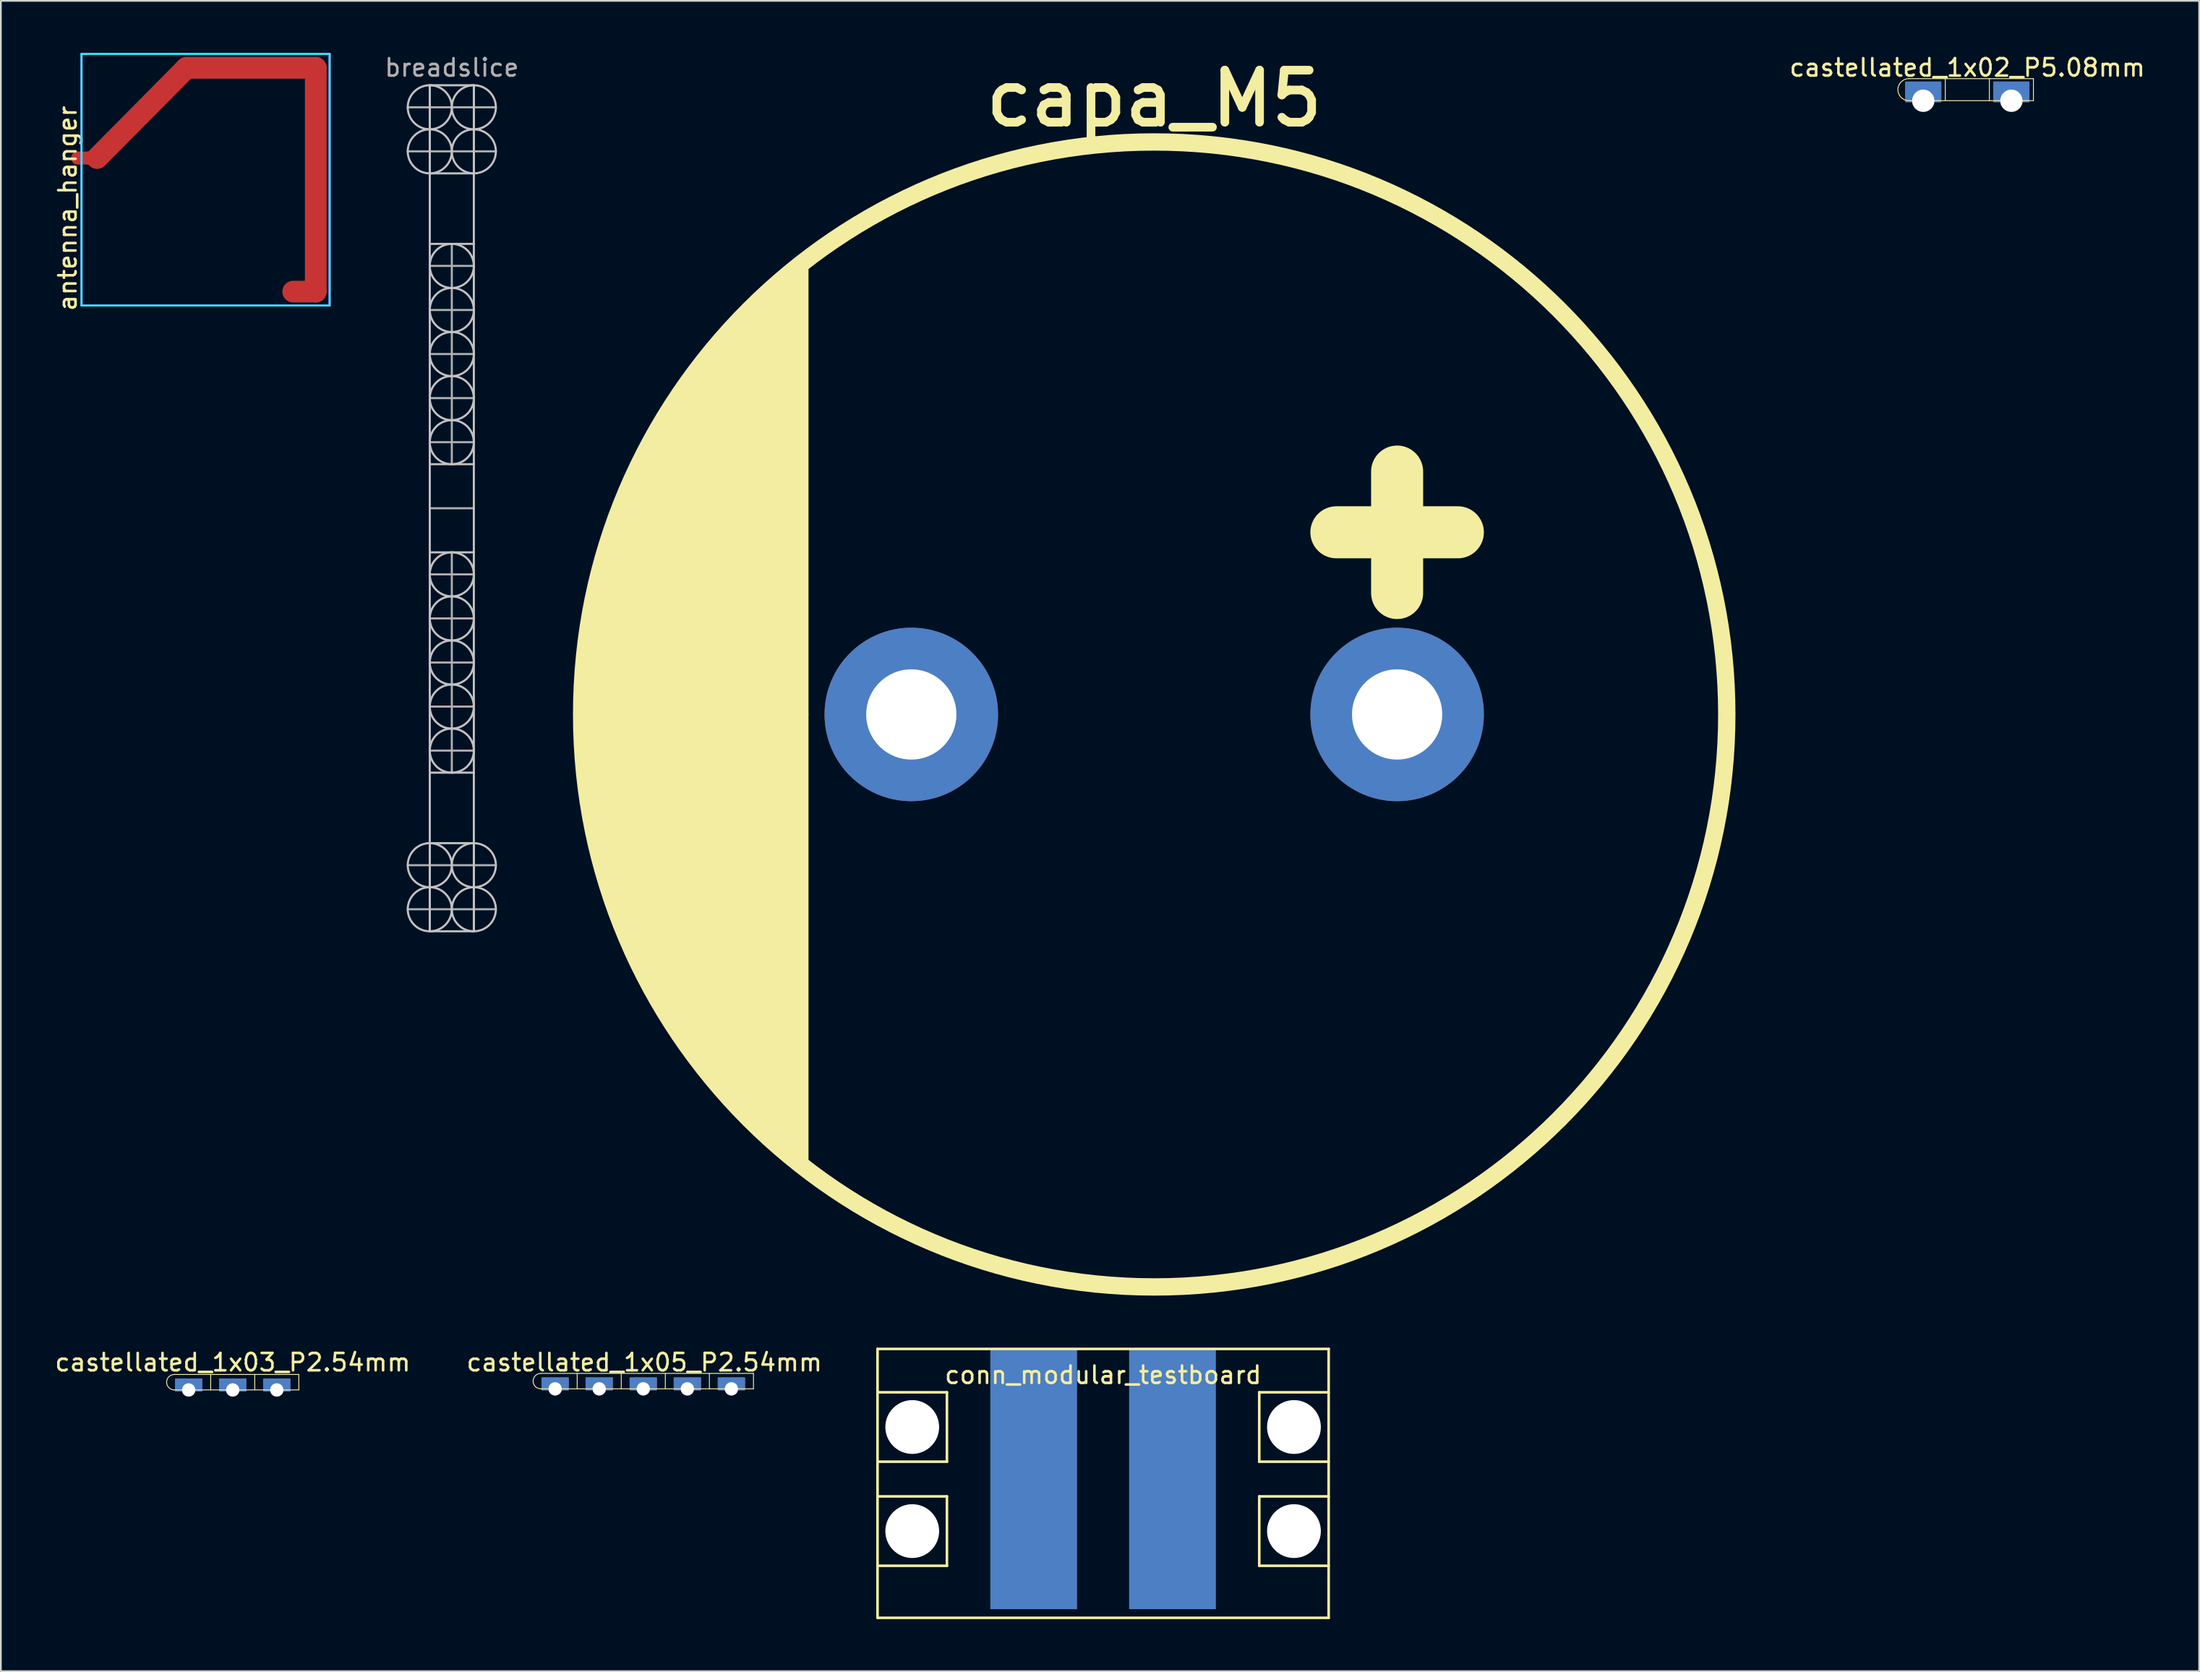
<source format=kicad_pcb>
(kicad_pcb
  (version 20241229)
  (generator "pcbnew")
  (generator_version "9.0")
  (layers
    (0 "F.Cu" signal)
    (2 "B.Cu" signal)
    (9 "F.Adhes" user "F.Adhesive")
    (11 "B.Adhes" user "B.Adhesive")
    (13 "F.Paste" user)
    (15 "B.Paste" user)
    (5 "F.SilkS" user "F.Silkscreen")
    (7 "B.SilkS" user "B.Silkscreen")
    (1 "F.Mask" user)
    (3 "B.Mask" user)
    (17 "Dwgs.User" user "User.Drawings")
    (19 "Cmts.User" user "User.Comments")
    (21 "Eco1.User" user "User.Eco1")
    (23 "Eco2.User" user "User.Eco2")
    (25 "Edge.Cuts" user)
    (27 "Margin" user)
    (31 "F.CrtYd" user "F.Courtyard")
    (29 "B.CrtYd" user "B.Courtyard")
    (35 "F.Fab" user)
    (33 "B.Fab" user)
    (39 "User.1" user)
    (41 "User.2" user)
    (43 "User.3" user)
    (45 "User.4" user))
  (footprint "antenna_hanger"
    (layer "F.Cu")
    (at 1.648 6.06)
    (property "Reference" "antenna_hanger" (at -0.8 2.9 90) (layer "F.SilkS") (effects (font (size 1 1) (thickness 0.15))))
    (attr through_hole)
    (fp_line (start 6.05 -5.2) (end 0.9 0) (stroke (width 1.25) (type solid)) (layer "F.Cu"))
    (fp_line (start 6.05 -5.2) (end 13.5 -5.2) (stroke (width 1.25) (type solid)) (layer "F.Cu"))
    (fp_line (start 13.5 -5.2) (end 13.5 7.7) (stroke (width 1.25) (type solid)) (layer "F.Cu"))
    (fp_line (start 13.5 7.7) (end 12.2 7.7) (stroke (width 1.25) (type solid)) (layer "F.Cu"))
    (fp_line (start 0 -6) (end 14.3 -6) (stroke (width 0.12) (type solid)) (layer "B.CrtYd"))
    (fp_line (start 0 8.5) (end 0 -6) (stroke (width 0.12) (type solid)) (layer "B.CrtYd"))
    (fp_line (start 14.3 -6) (end 14.3 8.5) (stroke (width 0.12) (type solid)) (layer "B.CrtYd"))
    (fp_line (start 14.3 8.5) (end 0 8.5) (stroke (width 0.12) (type solid)) (layer "B.CrtYd"))
    (fp_line (start 0 -6) (end 14.3 -6) (stroke (width 0.12) (type solid)) (layer "F.CrtYd"))
    (fp_line (start 0 8.5) (end 0 -6) (stroke (width 0.12) (type solid)) (layer "F.CrtYd"))
    (fp_line (start 14.3 -6) (end 14.3 8.5) (stroke (width 0.12) (type solid)) (layer "F.CrtYd"))
    (fp_line (start 14.3 8.5) (end 0 8.5) (stroke (width 0.12) (type solid)) (layer "F.CrtYd"))
    (pad "1" smd oval (at 0.1 0) (size 1.4 0.75) (layers "F.Cu")))
  (footprint "capa_M5"
    (layer "F.Cu")
    (at 63.473 38.133)
    (property "Reference" "capa_M5" (at 0 -35.5 0) (layer "F.SilkS") (effects (font (size 3 3) (thickness 0.5))))
    (attr through_hole)
    (fp_line (start 14 -7) (end 14 -14) (stroke (width 3) (type solid)) (layer "F.SilkS"))
    (fp_line (start 17.5 -10.5) (end 10.5 -10.5) (stroke (width 3) (type solid)) (layer "F.SilkS"))
    (fp_circle (center 0 0) (end 33 0) (stroke (width 1) (type solid)) (fill no) (layer "F.SilkS"))
    (fp_poly (pts (xy -20 0) (xy -20 -26) (xy -23.5 -23) (xy -26.5 -19.5) (xy -29 -15.5) (xy -31 -11) (xy -32 -7.5) (xy -32.5 -5) (xy -33 0)) (stroke (width 0.15) (type solid)) (fill yes) (layer "F.SilkS"))
    (fp_poly (pts (xy -20 0) (xy -20 26) (xy -23.5 23) (xy -26.5 19.5) (xy -29 15.5) (xy -31 11) (xy -32 7.5) (xy -32.5 5) (xy -33 0)) (stroke (width 0.15) (type solid)) (fill yes) (layer "F.SilkS"))
    (pad "1" thru_hole circle (at 14 0) (size 10 10) (drill 5.2) (layers "*.Cu" "*.Mask"))
    (pad "2" thru_hole circle (at -14 0) (size 10 10) (drill 5.2) (layers "*.Cu" "*.Mask")))
  (footprint "castellated_1x05_P2.54mm"
    (layer "F.Cu")
    (at 34.089 77.005)
    (property "Reference" "castellated_1x05_P2.54mm" (at 0 -1.524 0) (layer "F.SilkS") (effects (font (size 1 1) (thickness 0.15))))
    (attr through_hole)
    (fp_line (start -5.969 -0.889) (end 6.287 -0.889) (stroke (width 0.05) (type solid)) (layer "F.SilkS"))
    (fp_line (start -5.969 0) (end 6.287 0) (stroke (width 0.05) (type solid)) (layer "F.SilkS"))
    (fp_line (start -3.873 -0.889) (end -3.873 0) (stroke (width 0.05) (type solid)) (layer "F.SilkS"))
    (fp_line (start -1.333 -0.889) (end -1.333 0) (stroke (width 0.05) (type solid)) (layer "F.SilkS"))
    (fp_line (start 1.206 -0.889) (end 1.206 0) (stroke (width 0.05) (type solid)) (layer "F.SilkS"))
    (fp_line (start 3.747 -0.889) (end 3.747 0) (stroke (width 0.05) (type solid)) (layer "F.SilkS"))
    (fp_line (start 6.287 -0.889) (end 6.287 0) (stroke (width 0.05) (type solid)) (layer "F.SilkS"))
    (fp_arc (start -5.969 0) (mid -6.4135 -0.4445) (end -5.969 -0.889) (stroke (width 0.05) (type solid)) (layer "F.SilkS"))
    (pad "1" thru_hole custom (at -5.144 0) (size 0.78 0.78) (drill 0.762) (layers "*.Cu" "*.Mask") (options (anchor circle)) (primitives (gr_poly (pts (xy 0.762 -0.635) (xy -0.762 -0.635) (xy -0.762 0.064) (xy 0.762 0.064)) (width 0.05) (fill yes))))
    (pad "2" thru_hole custom (at -2.603 0) (size 0.78 0.78) (drill 0.762) (layers "*.Cu" "*.Mask") (options (anchor circle)) (primitives (gr_poly (pts (xy 0.762 -0.635) (xy -0.762 -0.635) (xy -0.762 0.064) (xy 0.762 0.064)) (width 0.05) (fill yes))))
    (pad "3" thru_hole custom (at -0.064 0) (size 0.78 0.78) (drill 0.762) (layers "*.Cu" "*.Mask") (options (anchor circle)) (primitives (gr_poly (pts (xy 0.762 -0.635) (xy -0.762 -0.635) (xy -0.762 0.064) (xy 0.762 0.064)) (width 0.05) (fill yes))))
    (pad "4" thru_hole custom (at 2.477 0) (size 0.78 0.78) (drill 0.762) (layers "*.Cu" "*.Mask") (options (anchor circle)) (primitives (gr_poly (pts (xy 0.762 -0.635) (xy -0.762 -0.635) (xy -0.762 0.064) (xy 0.762 0.064)) (width 0.05) (fill yes))))
    (pad "5" thru_hole custom (at 5.016 0) (size 0.78 0.78) (drill 0.762) (layers "*.Cu" "*.Mask") (options (anchor circle)) (primitives (gr_poly (pts (xy 0.762 -0.635) (xy -0.762 -0.635) (xy -0.762 0.064) (xy 0.762 0.064)) (width 0.05) (fill yes)))))
  (footprint "breadslice"
    (layer "F.Cu")
    (at 22.99 12.278)
    (property "Reference" "breadslice" (at 0 -11.43 0) (layer "F.Fab") (effects (font (size 1 1) (thickness 0.15))))
    (attr through_hole)
    (fp_line (start -1.27 -10.414) (end 1.27 -10.414) (stroke (width 0.12) (type solid)) (layer "Dwgs.User"))
    (fp_line (start -1.27 -5.334) (end 1.27 -5.334) (stroke (width 0.12) (type solid)) (layer "Dwgs.User"))
    (fp_line (start -1.27 -1.27) (end 1.27 -1.27) (stroke (width 0.12) (type solid)) (layer "Dwgs.User"))
    (fp_line (start -1.27 11.43) (end 1.27 11.43) (stroke (width 0.12) (type solid)) (layer "Dwgs.User"))
    (fp_line (start -1.27 16.51) (end 1.27 16.51) (stroke (width 0.12) (type solid)) (layer "Dwgs.User"))
    (fp_line (start -1.27 29.21) (end 1.27 29.21) (stroke (width 0.12) (type solid)) (layer "Dwgs.User"))
    (fp_line (start -1.27 38.354) (end -1.27 -10.414) (stroke (width 0.12) (type solid)) (layer "Dwgs.User"))
    (fp_line (start 1.27 -10.414) (end 1.27 38.354) (stroke (width 0.12) (type solid)) (layer "Dwgs.User"))
    (fp_line (start 1.27 33.274) (end -1.27 33.274) (stroke (width 0.12) (type solid)) (layer "Dwgs.User"))
    (fp_line (start 1.27 38.354) (end -1.27 38.354) (stroke (width 0.12) (type solid)) (layer "Dwgs.User"))
    (fp_circle (center -1.27 -9.144) (end 0 -9.144) (stroke (width 0.12) (type solid)) (fill no) (layer "Dwgs.User"))
    (fp_circle (center -1.27 -6.604) (end 0 -6.604) (stroke (width 0.12) (type solid)) (fill no) (layer "Dwgs.User"))
    (fp_circle (center -1.27 34.544) (end -2.54 34.544) (stroke (width 0.12) (type solid)) (fill no) (layer "Dwgs.User"))
    (fp_circle (center -1.27 37.084) (end -2.54 37.084) (stroke (width 0.12) (type solid)) (fill no) (layer "Dwgs.User"))
    (fp_circle (center 0 0) (end 0 -1.27) (stroke (width 0.12) (type solid)) (fill no) (layer "Dwgs.User"))
    (fp_circle (center 0 2.54) (end 0 1.27) (stroke (width 0.12) (type solid)) (fill no) (layer "Dwgs.User"))
    (fp_circle (center 0 5.08) (end 0 6.35) (stroke (width 0.12) (type solid)) (fill no) (layer "Dwgs.User"))
    (fp_circle (center 0 7.62) (end 0 8.89) (stroke (width 0.12) (type solid)) (fill no) (layer "Dwgs.User"))
    (fp_circle (center 0 10.16) (end 0 11.43) (stroke (width 0.12) (type solid)) (fill no) (layer "Dwgs.User"))
    (fp_circle (center 0 17.78) (end 0 16.51) (stroke (width 0.12) (type solid)) (fill no) (layer "Dwgs.User"))
    (fp_circle (center 0 20.32) (end 0 19.05) (stroke (width 0.12) (type solid)) (fill no) (layer "Dwgs.User"))
    (fp_circle (center 0 22.86) (end 0 24.13) (stroke (width 0.12) (type solid)) (fill no) (layer "Dwgs.User"))
    (fp_circle (center 0 25.4) (end 0 26.67) (stroke (width 0.12) (type solid)) (fill no) (layer "Dwgs.User"))
    (fp_circle (center 0 27.94) (end 0 29.21) (stroke (width 0.12) (type solid)) (fill no) (layer "Dwgs.User"))
    (fp_circle (center 1.27 -9.144) (end 2.54 -9.144) (stroke (width 0.12) (type solid)) (fill no) (layer "Dwgs.User"))
    (fp_circle (center 1.27 -6.604) (end 2.54 -6.604) (stroke (width 0.12) (type solid)) (fill no) (layer "Dwgs.User"))
    (fp_circle (center 1.27 34.544) (end 0 34.544) (stroke (width 0.12) (type solid)) (fill no) (layer "Dwgs.User"))
    (fp_circle (center 1.27 37.084) (end 0 37.084) (stroke (width 0.12) (type solid)) (fill no) (layer "Dwgs.User"))
    (fp_line (start -2.54 -9.144) (end 2.54 -9.144) (stroke (width 0.12) (type solid)) (layer "F.Fab"))
    (fp_line (start -2.54 -6.604) (end 2.54 -6.604) (stroke (width 0.12) (type solid)) (layer "F.Fab"))
    (fp_line (start -1.27 -5.334) (end -1.27 -10.414) (stroke (width 0.12) (type solid)) (layer "F.Fab"))
    (fp_line (start -1.27 0) (end 1.27 0) (stroke (width 0.12) (type solid)) (layer "F.Fab"))
    (fp_line (start -1.27 2.54) (end 1.27 2.54) (stroke (width 0.12) (type solid)) (layer "F.Fab"))
    (fp_line (start -1.27 5.08) (end 1.27 5.08) (stroke (width 0.12) (type solid)) (layer "F.Fab"))
    (fp_line (start -1.27 7.62) (end 1.27 7.62) (stroke (width 0.12) (type solid)) (layer "F.Fab"))
    (fp_line (start -1.27 10.16) (end 1.27 10.16) (stroke (width 0.12) (type solid)) (layer "F.Fab"))
    (fp_line (start -1.27 13.97) (end 1.27 13.97) (stroke (width 0.12) (type solid)) (layer "F.Fab"))
    (fp_line (start -1.27 17.78) (end 1.27 17.78) (stroke (width 0.12) (type solid)) (layer "F.Fab"))
    (fp_line (start -1.27 20.32) (end 1.27 20.32) (stroke (width 0.12) (type solid)) (layer "F.Fab"))
    (fp_line (start -1.27 22.86) (end 1.27 22.86) (stroke (width 0.12) (type solid)) (layer "F.Fab"))
    (fp_line (start -1.27 25.4) (end 1.27 25.4) (stroke (width 0.12) (type solid)) (layer "F.Fab"))
    (fp_line (start -1.27 27.94) (end 1.27 27.94) (stroke (width 0.12) (type solid)) (layer "F.Fab"))
    (fp_line (start -1.27 38.354) (end -1.27 33.274) (stroke (width 0.12) (type solid)) (layer "F.Fab"))
    (fp_line (start 0 -1.27) (end 0 11.43) (stroke (width 0.12) (type solid)) (layer "F.Fab"))
    (fp_line (start 0 16.51) (end 0 29.21) (stroke (width 0.12) (type solid)) (layer "F.Fab"))
    (fp_line (start 1.27 -10.414) (end 1.27 -5.334) (stroke (width 0.12) (type solid)) (layer "F.Fab"))
    (fp_line (start 1.27 33.274) (end 1.27 38.354) (stroke (width 0.12) (type solid)) (layer "F.Fab"))
    (fp_line (start 2.54 34.544) (end -2.54 34.544) (stroke (width 0.12) (type solid)) (layer "F.Fab"))
    (fp_line (start 2.54 37.084) (end -2.54 37.084) (stroke (width 0.12) (type solid)) (layer "F.Fab")))
  (footprint "castellated_1x03_P2.54mm"
    (layer "F.Cu")
    (at 10.363 77.068)
    (property "Reference" "castellated_1x03_P2.54mm" (at 0 -1.587 0) (layer "F.SilkS") (effects (font (size 1 1) (thickness 0.15))))
    (attr through_hole)
    (fp_line (start -3.365 -0.889) (end 3.81 -0.889) (stroke (width 0.05) (type solid)) (layer "F.SilkS"))
    (fp_line (start -3.365 0) (end 3.81 0) (stroke (width 0.05) (type solid)) (layer "F.SilkS"))
    (fp_line (start -1.27 -0.889) (end -1.27 0) (stroke (width 0.05) (type solid)) (layer "F.SilkS"))
    (fp_line (start 1.27 -0.889) (end 1.27 0) (stroke (width 0.05) (type solid)) (layer "F.SilkS"))
    (fp_line (start 3.81 -0.889) (end 3.81 0) (stroke (width 0.05) (type solid)) (layer "F.SilkS"))
    (fp_arc (start -3.3655 0) (mid -3.81 -0.4445) (end -3.3655 -0.889) (stroke (width 0.05) (type solid)) (layer "F.SilkS"))
    (pad "1" thru_hole custom (at -2.54 0) (size 0.78 0.78) (drill 0.762) (layers "*.Cu" "*.Mask") (options (anchor circle)) (primitives (gr_poly (pts (xy 0.762 -0.635) (xy -0.762 -0.635) (xy -0.762 0.064) (xy 0.762 0.064)) (width 0.05) (fill yes))))
    (pad "2" thru_hole custom (at 0 0) (size 0.78 0.78) (drill 0.762) (layers "*.Cu" "*.Mask") (options (anchor circle)) (primitives (gr_poly (pts (xy 0.762 -0.635) (xy -0.762 -0.635) (xy -0.762 0.064) (xy 0.762 0.064)) (width 0.05) (fill yes))))
    (pad "3" thru_hole custom (at 2.54 0) (size 0.78 0.78) (drill 0.762) (layers "*.Cu" "*.Mask") (options (anchor circle)) (primitives (gr_poly (pts (xy 0.762 -0.635) (xy -0.762 -0.635) (xy -0.762 0.064) (xy 0.762 0.064)) (width 0.05) (fill yes)))))
  (footprint "conn_modular_testboard"
    (layer "F.Cu")
    (at 60.527 75.207)
    (property "Reference" "conn_modular_testboard" (at 0 1 180) (layer "F.SilkS") (effects (font (size 1 1) (thickness 0.15))))
    (attr through_hole)
    (fp_line (start -13 -0.5) (end 13 -0.5) (stroke (width 0.15) (type solid)) (layer "F.SilkS"))
    (fp_line (start -13 6) (end -9 6) (stroke (width 0.15) (type solid)) (layer "F.SilkS"))
    (fp_line (start -13 8) (end -9 8) (stroke (width 0.15) (type solid)) (layer "F.SilkS"))
    (fp_line (start -13 15) (end -13 -0.5) (stroke (width 0.15) (type solid)) (layer "F.SilkS"))
    (fp_line (start -9 2) (end -13 2) (stroke (width 0.15) (type solid)) (layer "F.SilkS"))
    (fp_line (start -9 6) (end -9 2) (stroke (width 0.15) (type solid)) (layer "F.SilkS"))
    (fp_line (start -9 8) (end -9 12) (stroke (width 0.15) (type solid)) (layer "F.SilkS"))
    (fp_line (start -9 12) (end -13 12) (stroke (width 0.15) (type solid)) (layer "F.SilkS"))
    (fp_line (start 9 2) (end 9 6) (stroke (width 0.15) (type solid)) (layer "F.SilkS"))
    (fp_line (start 9 6) (end 13 6) (stroke (width 0.15) (type solid)) (layer "F.SilkS"))
    (fp_line (start 9 8) (end 9 12) (stroke (width 0.15) (type solid)) (layer "F.SilkS"))
    (fp_line (start 9 12) (end 13 12) (stroke (width 0.15) (type solid)) (layer "F.SilkS"))
    (fp_line (start 13 -0.5) (end 13 15) (stroke (width 0.15) (type solid)) (layer "F.SilkS"))
    (fp_line (start 13 2) (end 9 2) (stroke (width 0.15) (type solid)) (layer "F.SilkS"))
    (fp_line (start 13 8) (end 9 8) (stroke (width 0.15) (type solid)) (layer "F.SilkS"))
    (fp_line (start 13 15) (end -13 15) (stroke (width 0.15) (type solid)) (layer "F.SilkS"))
    (pad "" np_thru_hole circle (at -11 4) (size 3.1 3.1) (drill 3.1) (layers "*.Cu" "*.Mask"))
    (pad "" np_thru_hole circle (at -11 10) (size 3.1 3.1) (drill 3.1) (layers "*.Cu" "*.Mask"))
    (pad "" np_thru_hole circle (at 11 4) (size 3.1 3.1) (drill 3.1) (layers "*.Cu" "*.Mask"))
    (pad "" np_thru_hole circle (at 11 10) (size 3.1 3.1) (drill 3.1) (layers "*.Cu" "*.Mask"))
    (pad "1" smd rect (at 4 7) (size 5 15) (layers "B.Cu" "B.Mask" "B.Paste"))
    (pad "2" smd rect (at -4 7) (size 5 15) (layers "B.Cu" "B.Mask" "B.Paste")))
  (footprint "castellated_1x02_P5.08mm"
    (layer "F.Cu")
    (at 110.336 2.753)
    (property "Reference" "castellated_1x02_P5.08mm" (at 0 -1.905 0) (layer "F.SilkS") (effects (font (size 1 1) (thickness 0.15))))
    (attr through_hole)
    (fp_line (start -3.365 -1.27) (end 3.81 -1.27) (stroke (width 0.05) (type solid)) (layer "F.SilkS"))
    (fp_line (start -3.365 0) (end 3.81 0) (stroke (width 0.05) (type solid)) (layer "F.SilkS"))
    (fp_line (start -1.27 -1.27) (end -1.27 0) (stroke (width 0.05) (type solid)) (layer "F.SilkS"))
    (fp_line (start 1.27 -1.27) (end 1.27 0) (stroke (width 0.05) (type solid)) (layer "F.SilkS"))
    (fp_line (start 3.81 -1.27) (end 3.81 0) (stroke (width 0.05) (type solid)) (layer "F.SilkS"))
    (fp_arc (start -3.3655 0) (mid -4.0005 -0.635) (end -3.3655 -1.27) (stroke (width 0.05) (type solid)) (layer "F.SilkS"))
    (pad "1" thru_hole custom (at -2.54 0) (size 1.3 1.3) (drill 1.28) (layers "*.Cu" "*.Mask") (options (anchor circle)) (primitives (gr_poly (pts (xy 1.016 -1.079) (xy -1.016 -1.079) (xy -1.016 0.064) (xy 1.016 0.064)) (width 0.05) (fill yes))))
    (pad "2" thru_hole custom (at 2.54 0) (size 1.3 1.3) (drill 1.28) (layers "*.Cu" "*.Mask") (options (anchor circle)) (primitives (gr_poly (pts (xy 1.016 -1.079) (xy -1.016 -1.079) (xy -1.016 0.064) (xy 1.016 0.064)) (width 0.05) (fill yes)))))
  (gr_rect
    (start -3 -3)
    (end 123.699 93.282)
    (stroke (width 0.1) (type default))
    (fill no)
    (layer "Edge.Cuts")))
</source>
